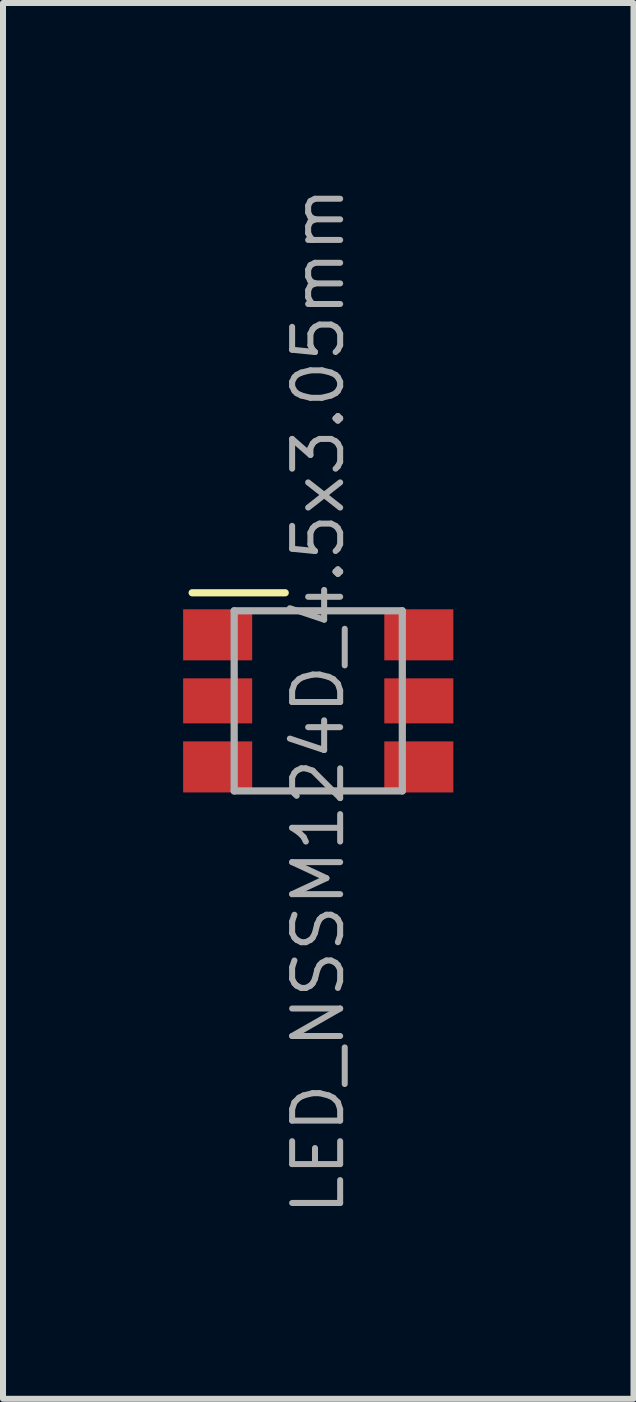
<source format=kicad_pcb>
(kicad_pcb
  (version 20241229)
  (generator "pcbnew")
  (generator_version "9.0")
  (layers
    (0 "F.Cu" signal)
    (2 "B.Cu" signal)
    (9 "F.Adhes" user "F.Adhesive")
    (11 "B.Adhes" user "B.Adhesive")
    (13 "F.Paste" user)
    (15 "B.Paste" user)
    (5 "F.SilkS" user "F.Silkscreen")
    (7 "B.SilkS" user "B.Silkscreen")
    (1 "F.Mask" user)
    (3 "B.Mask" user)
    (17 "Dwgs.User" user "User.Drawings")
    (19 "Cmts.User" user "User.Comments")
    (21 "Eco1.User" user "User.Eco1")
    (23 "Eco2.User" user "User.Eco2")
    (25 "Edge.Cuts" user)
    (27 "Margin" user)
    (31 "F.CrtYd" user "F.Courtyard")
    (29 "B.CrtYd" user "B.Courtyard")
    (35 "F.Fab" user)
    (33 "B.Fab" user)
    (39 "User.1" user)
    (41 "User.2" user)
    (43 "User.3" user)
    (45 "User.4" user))
  (footprint "LED_NSSM124D_4.5x3.05mm"
    (layer "F.Cu")
    (at 2.25 8.622)
    (property "Reference" "LED_NSSM124D_4.5x3.05mm" (at 0 0 90) (layer "F.Fab") (effects (font (size 0.8 0.8) (thickness 0.1))))
    (attr through_hole)
    (fp_line (start -0.55 -1.8) (end -2.1 -1.8) (stroke (width 0.12) (type solid)) (layer "F.SilkS"))
    (fp_line (start -1.4 -1.5) (end -1.4 1.5) (stroke (width 0.12) (type solid)) (layer "F.Fab"))
    (fp_line (start -1.4 1.5) (end 1.4 1.5) (stroke (width 0.12) (type solid)) (layer "F.Fab"))
    (fp_line (start 1.4 -1.5) (end -1.4 -1.5) (stroke (width 0.12) (type solid)) (layer "F.Fab"))
    (fp_line (start 1.4 1.5) (end 1.4 -1.5) (stroke (width 0.12) (type solid)) (layer "F.Fab"))
    (pad "1" smd rect (at -1.675 1.1) (size 1.15 0.85) (layers "F.Cu" "F.Mask" "F.Paste"))
    (pad "2" smd rect (at -1.675 0) (size 1.15 0.75) (layers "F.Cu" "F.Mask" "F.Paste"))
    (pad "3" smd rect (at -1.675 -1.1) (size 1.15 0.85) (layers "F.Cu" "F.Mask" "F.Paste"))
    (pad "4" smd rect (at 1.675 -1.1) (size 1.15 0.85) (layers "F.Cu" "F.Mask" "F.Paste"))
    (pad "5" smd rect (at 1.675 0) (size 1.15 0.75) (layers "F.Cu" "F.Mask" "F.Paste"))
    (pad "6" smd rect (at 1.675 1.1) (size 1.15 0.85) (layers "F.Cu" "F.Mask" "F.Paste")))
  (gr_rect
    (start -3 -3)
    (end 7.5 20.245)
    (stroke (width 0.1) (type default))
    (fill no)
    (layer "Edge.Cuts")))
</source>
